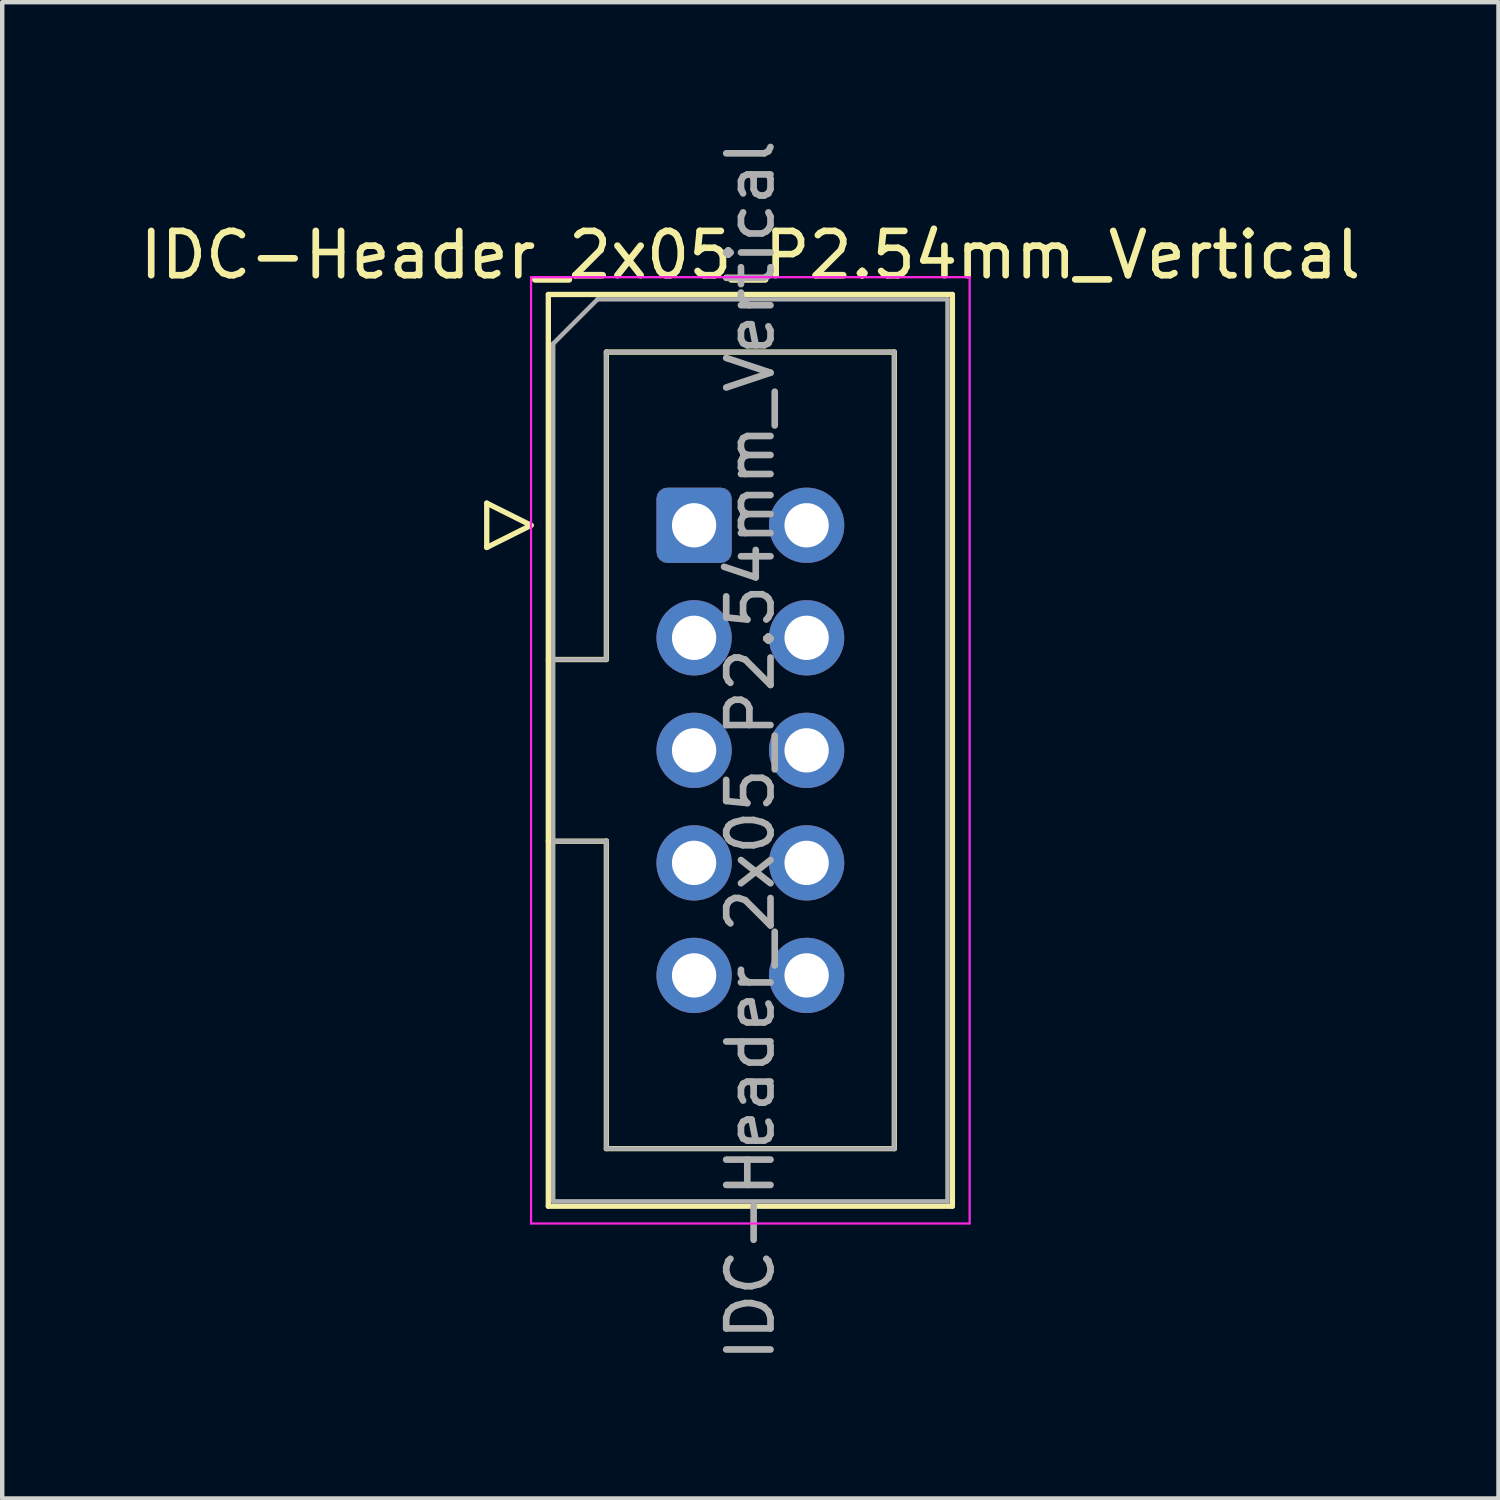
<source format=kicad_pcb>
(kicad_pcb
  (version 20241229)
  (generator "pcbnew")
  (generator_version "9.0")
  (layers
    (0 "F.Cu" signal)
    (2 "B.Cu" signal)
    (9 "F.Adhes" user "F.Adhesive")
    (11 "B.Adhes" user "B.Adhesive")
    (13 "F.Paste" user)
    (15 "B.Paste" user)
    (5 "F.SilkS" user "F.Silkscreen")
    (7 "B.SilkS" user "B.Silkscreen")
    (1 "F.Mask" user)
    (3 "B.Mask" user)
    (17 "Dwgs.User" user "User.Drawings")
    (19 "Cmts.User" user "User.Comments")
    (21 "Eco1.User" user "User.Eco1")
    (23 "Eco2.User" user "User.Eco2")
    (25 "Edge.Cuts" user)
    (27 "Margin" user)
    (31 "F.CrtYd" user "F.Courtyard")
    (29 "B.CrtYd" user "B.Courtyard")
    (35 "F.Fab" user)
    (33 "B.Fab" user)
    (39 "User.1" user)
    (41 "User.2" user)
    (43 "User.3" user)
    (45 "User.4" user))
  (footprint "IDC-Header_2x05_P2.54mm_Vertical"
    (layer "F.Cu")
    (at 12.617 8.807)
    (property "Reference" "IDC-Header_2x05_P2.54mm_Vertical" (at 1.27 -6.1 0) (layer "F.SilkS") (effects (font (size 1 1) (thickness 0.15))))
    (attr through_hole)
    (fp_line (start -4.68 -0.5) (end -4.68 0.5) (stroke (width 0.12) (type solid)) (layer "F.SilkS"))
    (fp_line (start -4.68 0.5) (end -3.68 0) (stroke (width 0.12) (type solid)) (layer "F.SilkS"))
    (fp_line (start -3.68 0) (end -4.68 -0.5) (stroke (width 0.12) (type solid)) (layer "F.SilkS"))
    (fp_line (start -3.29 -5.21) (end 5.83 -5.21) (stroke (width 0.12) (type solid)) (layer "F.SilkS"))
    (fp_line (start -3.29 3.03) (end -1.98 3.03) (stroke (width 0.12) (type solid)) (layer "F.SilkS"))
    (fp_line (start -3.29 15.37) (end -3.29 -5.21) (stroke (width 0.12) (type solid)) (layer "F.SilkS"))
    (fp_line (start -1.98 -3.91) (end 4.52 -3.91) (stroke (width 0.12) (type solid)) (layer "F.SilkS"))
    (fp_line (start -1.98 3.03) (end -1.98 -3.91) (stroke (width 0.12) (type solid)) (layer "F.SilkS"))
    (fp_line (start -1.98 7.13) (end -3.29 7.13) (stroke (width 0.12) (type solid)) (layer "F.SilkS"))
    (fp_line (start -1.98 7.13) (end -1.98 7.13) (stroke (width 0.12) (type solid)) (layer "F.SilkS"))
    (fp_line (start -1.98 14.07) (end -1.98 7.13) (stroke (width 0.12) (type solid)) (layer "F.SilkS"))
    (fp_line (start 4.52 -3.91) (end 4.52 14.07) (stroke (width 0.12) (type solid)) (layer "F.SilkS"))
    (fp_line (start 4.52 14.07) (end -1.98 14.07) (stroke (width 0.12) (type solid)) (layer "F.SilkS"))
    (fp_line (start 5.83 -5.21) (end 5.83 15.37) (stroke (width 0.12) (type solid)) (layer "F.SilkS"))
    (fp_line (start 5.83 15.37) (end -3.29 15.37) (stroke (width 0.12) (type solid)) (layer "F.SilkS"))
    (fp_line (start -3.68 -5.6) (end -3.68 15.76) (stroke (width 0.05) (type solid)) (layer "F.CrtYd"))
    (fp_line (start -3.68 15.76) (end 6.22 15.76) (stroke (width 0.05) (type solid)) (layer "F.CrtYd"))
    (fp_line (start 6.22 -5.6) (end -3.68 -5.6) (stroke (width 0.05) (type solid)) (layer "F.CrtYd"))
    (fp_line (start 6.22 15.76) (end 6.22 -5.6) (stroke (width 0.05) (type solid)) (layer "F.CrtYd"))
    (fp_line (start -3.18 -4.1) (end -2.18 -5.1) (stroke (width 0.1) (type solid)) (layer "F.Fab"))
    (fp_line (start -3.18 3.03) (end -1.98 3.03) (stroke (width 0.1) (type solid)) (layer "F.Fab"))
    (fp_line (start -3.18 15.26) (end -3.18 -4.1) (stroke (width 0.1) (type solid)) (layer "F.Fab"))
    (fp_line (start -2.18 -5.1) (end 5.72 -5.1) (stroke (width 0.1) (type solid)) (layer "F.Fab"))
    (fp_line (start -1.98 -3.91) (end 4.52 -3.91) (stroke (width 0.1) (type solid)) (layer "F.Fab"))
    (fp_line (start -1.98 3.03) (end -1.98 -3.91) (stroke (width 0.1) (type solid)) (layer "F.Fab"))
    (fp_line (start -1.98 7.13) (end -3.18 7.13) (stroke (width 0.1) (type solid)) (layer "F.Fab"))
    (fp_line (start -1.98 7.13) (end -1.98 7.13) (stroke (width 0.1) (type solid)) (layer "F.Fab"))
    (fp_line (start -1.98 14.07) (end -1.98 7.13) (stroke (width 0.1) (type solid)) (layer "F.Fab"))
    (fp_line (start 4.52 -3.91) (end 4.52 14.07) (stroke (width 0.1) (type solid)) (layer "F.Fab"))
    (fp_line (start 4.52 14.07) (end -1.98 14.07) (stroke (width 0.1) (type solid)) (layer "F.Fab"))
    (fp_line (start 5.72 -5.1) (end 5.72 15.26) (stroke (width 0.1) (type solid)) (layer "F.Fab"))
    (fp_line (start 5.72 15.26) (end -3.18 15.26) (stroke (width 0.1) (type solid)) (layer "F.Fab"))
    (fp_text user "${REFERENCE}" (at 1.27 5.08 90) (layer "F.Fab") (effects (font (size 1 1) (thickness 0.15))))
    (pad "1" thru_hole roundrect (at 0 0) (size 1.7 1.7) (drill 1) (layers "*.Cu" "*.Mask") (roundrect_rratio 0.147))
    (pad "2" thru_hole circle (at 2.54 0) (size 1.7 1.7) (drill 1) (layers "*.Cu" "*.Mask"))
    (pad "3" thru_hole circle (at 0 2.54) (size 1.7 1.7) (drill 1) (layers "*.Cu" "*.Mask"))
    (pad "4" thru_hole circle (at 2.54 2.54) (size 1.7 1.7) (drill 1) (layers "*.Cu" "*.Mask"))
    (pad "5" thru_hole circle (at 0 5.08) (size 1.7 1.7) (drill 1) (layers "*.Cu" "*.Mask"))
    (pad "6" thru_hole circle (at 2.54 5.08) (size 1.7 1.7) (drill 1) (layers "*.Cu" "*.Mask"))
    (pad "7" thru_hole circle (at 0 7.62) (size 1.7 1.7) (drill 1) (layers "*.Cu" "*.Mask"))
    (pad "8" thru_hole circle (at 2.54 7.62) (size 1.7 1.7) (drill 1) (layers "*.Cu" "*.Mask"))
    (pad "9" thru_hole circle (at 0 10.16) (size 1.7 1.7) (drill 1) (layers "*.Cu" "*.Mask"))
    (pad "10" thru_hole circle (at 2.54 10.16) (size 1.7 1.7) (drill 1) (layers "*.Cu" "*.Mask")))
  (gr_rect
    (start -3 -3)
    (end 30.774 30.774)
    (stroke (width 0.1) (type default))
    (fill no)
    (layer "Edge.Cuts")))
</source>
